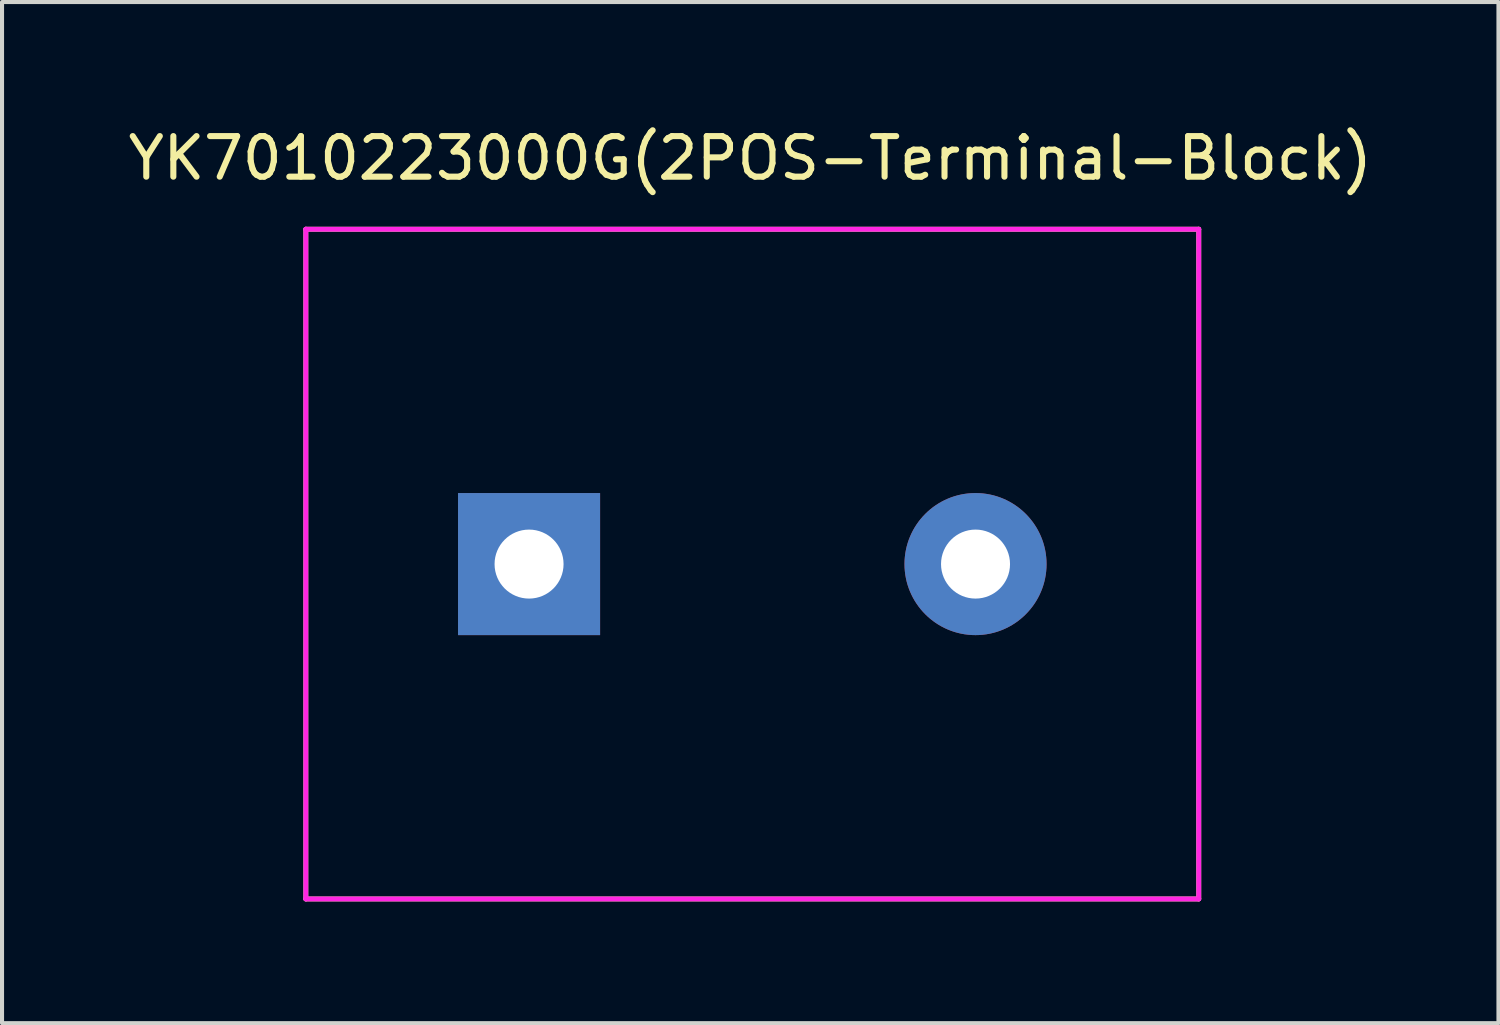
<source format=kicad_pcb>
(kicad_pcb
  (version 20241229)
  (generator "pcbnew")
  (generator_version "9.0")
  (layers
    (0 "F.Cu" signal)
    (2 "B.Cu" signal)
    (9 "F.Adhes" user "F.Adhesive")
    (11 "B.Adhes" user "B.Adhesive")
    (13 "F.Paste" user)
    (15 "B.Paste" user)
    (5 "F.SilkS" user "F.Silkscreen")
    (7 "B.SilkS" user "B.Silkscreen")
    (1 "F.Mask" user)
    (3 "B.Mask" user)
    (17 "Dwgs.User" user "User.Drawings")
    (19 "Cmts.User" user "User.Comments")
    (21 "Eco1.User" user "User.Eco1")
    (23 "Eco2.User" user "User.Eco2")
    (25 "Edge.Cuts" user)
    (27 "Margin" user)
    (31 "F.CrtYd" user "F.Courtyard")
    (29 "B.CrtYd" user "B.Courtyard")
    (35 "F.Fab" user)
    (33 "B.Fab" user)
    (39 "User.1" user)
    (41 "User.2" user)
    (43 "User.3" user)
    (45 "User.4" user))
  (footprint "YK7010223000G(2POS-Terminal-Block)"
    (layer "F.Cu")
    (at 15.485 10.848)
    (property "Reference" "YK7010223000G(2POS-Terminal-Block)" (at -0.05 -10 0) (layer "F.SilkS") (effects (font (size 1 1) (thickness 0.15))))
    (attr through_hole)
    (fp_line (start -11 -8.25) (end -11 8.25) (stroke (width 0.12) (type solid)) (layer "F.SilkS"))
    (fp_line (start -11 -8.25) (end 11 -8.25) (stroke (width 0.12) (type solid)) (layer "F.SilkS"))
    (fp_line (start -11 8.25) (end 11 8.25) (stroke (width 0.12) (type solid)) (layer "F.SilkS"))
    (fp_line (start 11 -8.25) (end 11 8.25) (stroke (width 0.12) (type solid)) (layer "F.SilkS"))
    (fp_line (start -11 -8.25) (end -11 8.25) (stroke (width 0.12) (type solid)) (layer "F.CrtYd"))
    (fp_line (start -11 -8.25) (end 11 -8.25) (stroke (width 0.12) (type solid)) (layer "F.CrtYd"))
    (fp_line (start -11 8.25) (end 11 8.25) (stroke (width 0.12) (type solid)) (layer "F.CrtYd"))
    (fp_line (start 11 8.25) (end 11 -8.25) (stroke (width 0.12) (type solid)) (layer "F.CrtYd"))
    (pad "1" thru_hole rect (at -5.5 0) (size 3.5 3.5) (drill 1.7) (layers "*.Cu" "*.Mask"))
    (pad "2" thru_hole circle (at 5.5 0) (size 3.5 3.5) (drill 1.7) (layers "*.Cu" "*.Mask")))
  (gr_rect
    (start -3 -3)
    (end 33.869 22.158)
    (stroke (width 0.1) (type default))
    (fill no)
    (layer "Edge.Cuts")))
</source>
